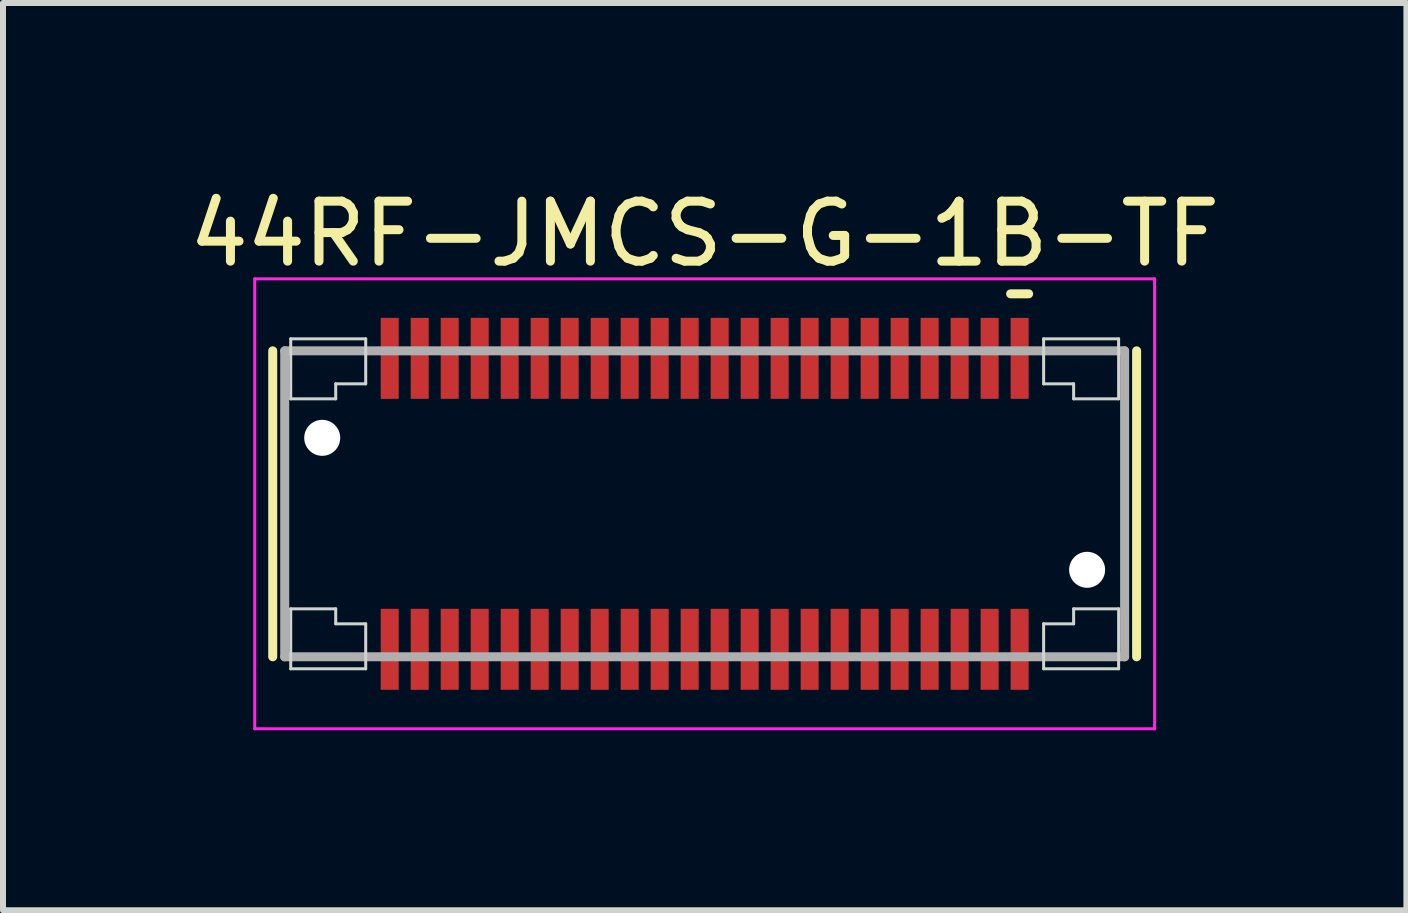
<source format=kicad_pcb>
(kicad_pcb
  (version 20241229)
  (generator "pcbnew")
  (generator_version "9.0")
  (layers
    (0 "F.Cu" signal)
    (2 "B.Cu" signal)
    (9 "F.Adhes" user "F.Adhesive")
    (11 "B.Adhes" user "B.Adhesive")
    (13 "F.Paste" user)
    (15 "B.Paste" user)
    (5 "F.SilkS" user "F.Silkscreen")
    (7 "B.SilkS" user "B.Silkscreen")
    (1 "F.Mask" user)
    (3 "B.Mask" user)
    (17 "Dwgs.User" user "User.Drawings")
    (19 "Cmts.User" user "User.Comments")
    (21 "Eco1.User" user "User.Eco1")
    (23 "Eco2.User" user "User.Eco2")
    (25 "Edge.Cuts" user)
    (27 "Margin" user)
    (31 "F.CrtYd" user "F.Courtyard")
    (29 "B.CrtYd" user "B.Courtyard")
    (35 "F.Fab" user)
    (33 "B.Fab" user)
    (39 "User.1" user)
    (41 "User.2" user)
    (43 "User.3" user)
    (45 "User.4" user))
  (footprint "44RF-JMCS-G-1B-TF"
    (layer "F.Cu")
    (at 8.696 5.348)
    (property "Reference" "44RF-JMCS-G-1B-TF" (at 0 -4.5 0) (layer "F.SilkS") (effects (font (size 1 1) (thickness 0.15))))
    (attr smd)
    (fp_line (start -7.2 -2.55) (end -7.2 2.55) (stroke (width 0.15) (type solid)) (layer "F.SilkS"))
    (fp_line (start 5.1 -3.5) (end 5.4 -3.5) (stroke (width 0.15) (type solid)) (layer "F.SilkS"))
    (fp_line (start 7.2 -2.55) (end 7.2 2.55) (stroke (width 0.15) (type solid)) (layer "F.SilkS"))
    (fp_line (start -6.9 -2.75) (end -6.9 -1.75) (stroke (width 0.05) (type solid)) (layer "Edge.Cuts"))
    (fp_line (start -6.9 -2.75) (end -5.65 -2.75) (stroke (width 0.05) (type solid)) (layer "Edge.Cuts"))
    (fp_line (start -6.9 -1.75) (end -6.15 -1.75) (stroke (width 0.05) (type solid)) (layer "Edge.Cuts"))
    (fp_line (start -6.9 1.75) (end -6.15 1.75) (stroke (width 0.05) (type solid)) (layer "Edge.Cuts"))
    (fp_line (start -6.9 2.75) (end -6.9 1.75) (stroke (width 0.05) (type solid)) (layer "Edge.Cuts"))
    (fp_line (start -6.9 2.75) (end -5.65 2.75) (stroke (width 0.05) (type solid)) (layer "Edge.Cuts"))
    (fp_line (start -6.15 -2) (end -6.15 -1.75) (stroke (width 0.05) (type solid)) (layer "Edge.Cuts"))
    (fp_line (start -6.15 -2) (end -5.65 -2) (stroke (width 0.05) (type solid)) (layer "Edge.Cuts"))
    (fp_line (start -6.15 2) (end -6.15 1.75) (stroke (width 0.05) (type solid)) (layer "Edge.Cuts"))
    (fp_line (start -6.15 2) (end -5.65 2) (stroke (width 0.05) (type solid)) (layer "Edge.Cuts"))
    (fp_line (start -5.65 -2.75) (end -5.65 -2) (stroke (width 0.05) (type solid)) (layer "Edge.Cuts"))
    (fp_line (start -5.65 2.75) (end -5.65 2) (stroke (width 0.05) (type solid)) (layer "Edge.Cuts"))
    (fp_line (start 5.65 -2.75) (end 5.65 -2) (stroke (width 0.05) (type solid)) (layer "Edge.Cuts"))
    (fp_line (start 5.65 2.75) (end 5.65 2) (stroke (width 0.05) (type solid)) (layer "Edge.Cuts"))
    (fp_line (start 6.15 -2) (end 5.65 -2) (stroke (width 0.05) (type solid)) (layer "Edge.Cuts"))
    (fp_line (start 6.15 -2) (end 6.15 -1.75) (stroke (width 0.05) (type solid)) (layer "Edge.Cuts"))
    (fp_line (start 6.15 2) (end 5.65 2) (stroke (width 0.05) (type solid)) (layer "Edge.Cuts"))
    (fp_line (start 6.15 2) (end 6.15 1.75) (stroke (width 0.05) (type solid)) (layer "Edge.Cuts"))
    (fp_line (start 6.9 -2.75) (end 5.65 -2.75) (stroke (width 0.05) (type solid)) (layer "Edge.Cuts"))
    (fp_line (start 6.9 -2.75) (end 6.9 -1.75) (stroke (width 0.05) (type solid)) (layer "Edge.Cuts"))
    (fp_line (start 6.9 -1.75) (end 6.15 -1.75) (stroke (width 0.05) (type solid)) (layer "Edge.Cuts"))
    (fp_line (start 6.9 1.75) (end 6.15 1.75) (stroke (width 0.05) (type solid)) (layer "Edge.Cuts"))
    (fp_line (start 6.9 2.75) (end 5.65 2.75) (stroke (width 0.05) (type solid)) (layer "Edge.Cuts"))
    (fp_line (start 6.9 2.75) (end 6.9 1.75) (stroke (width 0.05) (type solid)) (layer "Edge.Cuts"))
    (fp_line (start -7.5 -3.75) (end -7.5 3.75) (stroke (width 0.05) (type solid)) (layer "F.CrtYd"))
    (fp_line (start -7.5 -3.75) (end 7.5 -3.75) (stroke (width 0.05) (type solid)) (layer "F.CrtYd"))
    (fp_line (start -7.5 3.75) (end 7.5 3.75) (stroke (width 0.05) (type solid)) (layer "F.CrtYd"))
    (fp_line (start 7.5 -3.75) (end 7.5 3.75) (stroke (width 0.05) (type solid)) (layer "F.CrtYd"))
    (fp_line (start -7 -2.55) (end -7 2.55) (stroke (width 0.15) (type solid)) (layer "F.Fab"))
    (fp_line (start -7 -2.55) (end 7 -2.55) (stroke (width 0.15) (type solid)) (layer "F.Fab"))
    (fp_line (start -7 2.55) (end 7 2.55) (stroke (width 0.15) (type solid)) (layer "F.Fab"))
    (fp_line (start 7 -2.55) (end 7 2.55) (stroke (width 0.15) (type solid)) (layer "F.Fab"))
    (pad "" np_thru_hole circle (at -6.375 -1.1) (size 0.6 0.6) (drill 0.6) (layers "*.Cu" "*.Mask"))
    (pad "" np_thru_hole circle (at 6.375 1.1) (size 0.6 0.6) (drill 0.6) (layers "*.Cu" "*.Mask"))
    (pad "1" smd rect (at 5.25 -2.425) (size 0.3 1.35) (layers "F.Cu" "F.Mask" "F.Paste"))
    (pad "2" smd rect (at 5.25 2.425) (size 0.3 1.35) (layers "F.Cu" "F.Mask" "F.Paste"))
    (pad "3" smd rect (at 4.75 -2.425) (size 0.3 1.35) (layers "F.Cu" "F.Mask" "F.Paste"))
    (pad "4" smd rect (at 4.75 2.425) (size 0.3 1.35) (layers "F.Cu" "F.Mask" "F.Paste"))
    (pad "5" smd rect (at 4.25 -2.425) (size 0.3 1.35) (layers "F.Cu" "F.Mask" "F.Paste"))
    (pad "6" smd rect (at 4.25 2.425) (size 0.3 1.35) (layers "F.Cu" "F.Mask" "F.Paste"))
    (pad "7" smd rect (at 3.75 -2.425) (size 0.3 1.35) (layers "F.Cu" "F.Mask" "F.Paste"))
    (pad "8" smd rect (at 3.75 2.425) (size 0.3 1.35) (layers "F.Cu" "F.Mask" "F.Paste"))
    (pad "9" smd rect (at 3.25 -2.425) (size 0.3 1.35) (layers "F.Cu" "F.Mask" "F.Paste"))
    (pad "10" smd rect (at 3.25 2.425) (size 0.3 1.35) (layers "F.Cu" "F.Mask" "F.Paste"))
    (pad "11" smd rect (at 2.75 -2.425) (size 0.3 1.35) (layers "F.Cu" "F.Mask" "F.Paste"))
    (pad "12" smd rect (at 2.75 2.425) (size 0.3 1.35) (layers "F.Cu" "F.Mask" "F.Paste"))
    (pad "13" smd rect (at 2.25 -2.425) (size 0.3 1.35) (layers "F.Cu" "F.Mask" "F.Paste"))
    (pad "14" smd rect (at 2.25 2.425) (size 0.3 1.35) (layers "F.Cu" "F.Mask" "F.Paste"))
    (pad "15" smd rect (at 1.75 -2.425) (size 0.3 1.35) (layers "F.Cu" "F.Mask" "F.Paste"))
    (pad "16" smd rect (at 1.75 2.425) (size 0.3 1.35) (layers "F.Cu" "F.Mask" "F.Paste"))
    (pad "17" smd rect (at 1.25 -2.425) (size 0.3 1.35) (layers "F.Cu" "F.Mask" "F.Paste"))
    (pad "18" smd rect (at 1.25 2.425) (size 0.3 1.35) (layers "F.Cu" "F.Mask" "F.Paste"))
    (pad "19" smd rect (at 0.75 -2.425) (size 0.3 1.35) (layers "F.Cu" "F.Mask" "F.Paste"))
    (pad "20" smd rect (at 0.75 2.425) (size 0.3 1.35) (layers "F.Cu" "F.Mask" "F.Paste"))
    (pad "21" smd rect (at 0.25 -2.425) (size 0.3 1.35) (layers "F.Cu" "F.Mask" "F.Paste"))
    (pad "22" smd rect (at 0.25 2.425) (size 0.3 1.35) (layers "F.Cu" "F.Mask" "F.Paste"))
    (pad "23" smd rect (at -0.25 -2.425) (size 0.3 1.35) (layers "F.Cu" "F.Mask" "F.Paste"))
    (pad "24" smd rect (at -0.25 2.425) (size 0.3 1.35) (layers "F.Cu" "F.Mask" "F.Paste"))
    (pad "25" smd rect (at -0.75 -2.425) (size 0.3 1.35) (layers "F.Cu" "F.Mask" "F.Paste"))
    (pad "26" smd rect (at -0.75 2.425) (size 0.3 1.35) (layers "F.Cu" "F.Mask" "F.Paste"))
    (pad "27" smd rect (at -1.25 -2.425) (size 0.3 1.35) (layers "F.Cu" "F.Mask" "F.Paste"))
    (pad "28" smd rect (at -1.25 2.425) (size 0.3 1.35) (layers "F.Cu" "F.Mask" "F.Paste"))
    (pad "29" smd rect (at -1.75 -2.425) (size 0.3 1.35) (layers "F.Cu" "F.Mask" "F.Paste"))
    (pad "30" smd rect (at -1.75 2.425) (size 0.3 1.35) (layers "F.Cu" "F.Mask" "F.Paste"))
    (pad "31" smd rect (at -2.25 -2.425) (size 0.3 1.35) (layers "F.Cu" "F.Mask" "F.Paste"))
    (pad "32" smd rect (at -2.25 2.425) (size 0.3 1.35) (layers "F.Cu" "F.Mask" "F.Paste"))
    (pad "33" smd rect (at -2.75 -2.425) (size 0.3 1.35) (layers "F.Cu" "F.Mask" "F.Paste"))
    (pad "34" smd rect (at -2.75 2.425) (size 0.3 1.35) (layers "F.Cu" "F.Mask" "F.Paste"))
    (pad "35" smd rect (at -3.25 -2.425) (size 0.3 1.35) (layers "F.Cu" "F.Mask" "F.Paste"))
    (pad "36" smd rect (at -3.25 2.425) (size 0.3 1.35) (layers "F.Cu" "F.Mask" "F.Paste"))
    (pad "37" smd rect (at -3.75 -2.425) (size 0.3 1.35) (layers "F.Cu" "F.Mask" "F.Paste"))
    (pad "38" smd rect (at -3.75 2.425) (size 0.3 1.35) (layers "F.Cu" "F.Mask" "F.Paste"))
    (pad "39" smd rect (at -4.25 -2.425) (size 0.3 1.35) (layers "F.Cu" "F.Mask" "F.Paste"))
    (pad "40" smd rect (at -4.25 2.425) (size 0.3 1.35) (layers "F.Cu" "F.Mask" "F.Paste"))
    (pad "41" smd rect (at -4.75 -2.425) (size 0.3 1.35) (layers "F.Cu" "F.Mask" "F.Paste"))
    (pad "42" smd rect (at -4.75 2.425) (size 0.3 1.35) (layers "F.Cu" "F.Mask" "F.Paste"))
    (pad "43" smd rect (at -5.25 -2.425) (size 0.3 1.35) (layers "F.Cu" "F.Mask" "F.Paste"))
    (pad "44" smd rect (at -5.25 2.425) (size 0.3 1.35) (layers "F.Cu" "F.Mask" "F.Paste")))
  (gr_rect
    (start -3 -3)
    (end 20.393 12.123)
    (stroke (width 0.1) (type default))
    (fill no)
    (layer "Edge.Cuts")))
</source>
